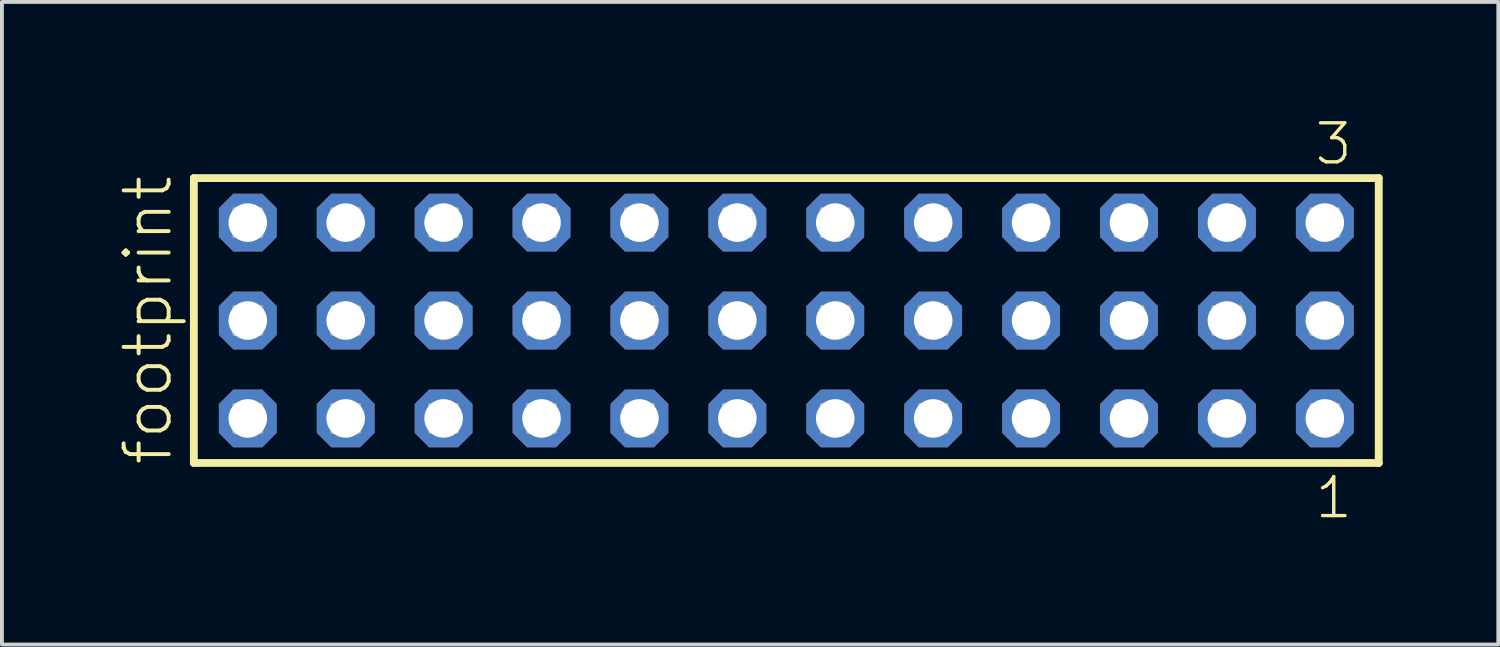
<source format=kicad_pcb>
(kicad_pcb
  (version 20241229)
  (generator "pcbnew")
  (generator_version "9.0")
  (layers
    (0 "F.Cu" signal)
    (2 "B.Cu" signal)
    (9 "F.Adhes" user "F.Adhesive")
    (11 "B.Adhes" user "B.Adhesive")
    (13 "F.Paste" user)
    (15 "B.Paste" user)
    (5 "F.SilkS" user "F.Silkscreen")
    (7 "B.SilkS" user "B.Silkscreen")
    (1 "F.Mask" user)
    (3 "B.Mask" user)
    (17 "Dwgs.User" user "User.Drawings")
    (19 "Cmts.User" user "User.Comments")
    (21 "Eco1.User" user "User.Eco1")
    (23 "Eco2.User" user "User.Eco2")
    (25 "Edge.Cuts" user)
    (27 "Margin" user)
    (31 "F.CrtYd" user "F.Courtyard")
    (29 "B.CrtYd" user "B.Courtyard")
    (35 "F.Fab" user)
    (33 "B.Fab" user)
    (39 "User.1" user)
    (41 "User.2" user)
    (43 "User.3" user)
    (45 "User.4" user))
  (footprint "footprint"
    (layer "F.Cu")
    (at 17.348 5.265)
    (property "Reference" "footprint" (at -15.875 3.81 90) (layer "F.SilkS") (effects (font (size 1.168 1.168) (thickness 0.102)) (justify left bottom)))
    (fp_line (start -15.369 -3.695) (end 15.369 -3.695) (stroke (width 0.203) (type solid)) (layer "F.SilkS"))
    (fp_line (start -15.369 3.695) (end -15.369 -3.695) (stroke (width 0.203) (type solid)) (layer "F.SilkS"))
    (fp_line (start 15.369 -3.695) (end 15.369 3.695) (stroke (width 0.203) (type solid)) (layer "F.SilkS"))
    (fp_line (start 15.369 3.695) (end -15.369 3.695) (stroke (width 0.203) (type solid)) (layer "F.SilkS"))
    (fp_poly (pts (xy -14.32 -2.19) (xy -13.62 -2.19) (xy -13.62 -2.89) (xy -14.32 -2.89)) (stroke (width 0.1) (type solid)) (fill no) (layer "F.Fab"))
    (fp_poly (pts (xy -14.32 0.35) (xy -13.62 0.35) (xy -13.62 -0.35) (xy -14.32 -0.35)) (stroke (width 0.1) (type solid)) (fill no) (layer "F.Fab"))
    (fp_poly (pts (xy -14.32 2.89) (xy -13.62 2.89) (xy -13.62 2.19) (xy -14.32 2.19)) (stroke (width 0.1) (type solid)) (fill no) (layer "F.Fab"))
    (fp_poly (pts (xy -11.78 -2.19) (xy -11.08 -2.19) (xy -11.08 -2.89) (xy -11.78 -2.89)) (stroke (width 0.1) (type solid)) (fill no) (layer "F.Fab"))
    (fp_poly (pts (xy -11.78 0.35) (xy -11.08 0.35) (xy -11.08 -0.35) (xy -11.78 -0.35)) (stroke (width 0.1) (type solid)) (fill no) (layer "F.Fab"))
    (fp_poly (pts (xy -11.78 2.89) (xy -11.08 2.89) (xy -11.08 2.19) (xy -11.78 2.19)) (stroke (width 0.1) (type solid)) (fill no) (layer "F.Fab"))
    (fp_poly (pts (xy -9.24 -2.19) (xy -8.54 -2.19) (xy -8.54 -2.89) (xy -9.24 -2.89)) (stroke (width 0.1) (type solid)) (fill no) (layer "F.Fab"))
    (fp_poly (pts (xy -9.24 0.35) (xy -8.54 0.35) (xy -8.54 -0.35) (xy -9.24 -0.35)) (stroke (width 0.1) (type solid)) (fill no) (layer "F.Fab"))
    (fp_poly (pts (xy -9.24 2.89) (xy -8.54 2.89) (xy -8.54 2.19) (xy -9.24 2.19)) (stroke (width 0.1) (type solid)) (fill no) (layer "F.Fab"))
    (fp_poly (pts (xy -6.7 -2.19) (xy -6 -2.19) (xy -6 -2.89) (xy -6.7 -2.89)) (stroke (width 0.1) (type solid)) (fill no) (layer "F.Fab"))
    (fp_poly (pts (xy -6.7 0.35) (xy -6 0.35) (xy -6 -0.35) (xy -6.7 -0.35)) (stroke (width 0.1) (type solid)) (fill no) (layer "F.Fab"))
    (fp_poly (pts (xy -6.7 2.89) (xy -6 2.89) (xy -6 2.19) (xy -6.7 2.19)) (stroke (width 0.1) (type solid)) (fill no) (layer "F.Fab"))
    (fp_poly (pts (xy -4.16 -2.19) (xy -3.46 -2.19) (xy -3.46 -2.89) (xy -4.16 -2.89)) (stroke (width 0.1) (type solid)) (fill no) (layer "F.Fab"))
    (fp_poly (pts (xy -4.16 0.35) (xy -3.46 0.35) (xy -3.46 -0.35) (xy -4.16 -0.35)) (stroke (width 0.1) (type solid)) (fill no) (layer "F.Fab"))
    (fp_poly (pts (xy -4.16 2.89) (xy -3.46 2.89) (xy -3.46 2.19) (xy -4.16 2.19)) (stroke (width 0.1) (type solid)) (fill no) (layer "F.Fab"))
    (fp_poly (pts (xy -1.62 -2.19) (xy -0.92 -2.19) (xy -0.92 -2.89) (xy -1.62 -2.89)) (stroke (width 0.1) (type solid)) (fill no) (layer "F.Fab"))
    (fp_poly (pts (xy -1.62 0.35) (xy -0.92 0.35) (xy -0.92 -0.35) (xy -1.62 -0.35)) (stroke (width 0.1) (type solid)) (fill no) (layer "F.Fab"))
    (fp_poly (pts (xy -1.62 2.89) (xy -0.92 2.89) (xy -0.92 2.19) (xy -1.62 2.19)) (stroke (width 0.1) (type solid)) (fill no) (layer "F.Fab"))
    (fp_poly (pts (xy 0.92 -2.19) (xy 1.62 -2.19) (xy 1.62 -2.89) (xy 0.92 -2.89)) (stroke (width 0.1) (type solid)) (fill no) (layer "F.Fab"))
    (fp_poly (pts (xy 0.92 0.35) (xy 1.62 0.35) (xy 1.62 -0.35) (xy 0.92 -0.35)) (stroke (width 0.1) (type solid)) (fill no) (layer "F.Fab"))
    (fp_poly (pts (xy 0.92 2.89) (xy 1.62 2.89) (xy 1.62 2.19) (xy 0.92 2.19)) (stroke (width 0.1) (type solid)) (fill no) (layer "F.Fab"))
    (fp_poly (pts (xy 3.46 -2.19) (xy 4.16 -2.19) (xy 4.16 -2.89) (xy 3.46 -2.89)) (stroke (width 0.1) (type solid)) (fill no) (layer "F.Fab"))
    (fp_poly (pts (xy 3.46 0.35) (xy 4.16 0.35) (xy 4.16 -0.35) (xy 3.46 -0.35)) (stroke (width 0.1) (type solid)) (fill no) (layer "F.Fab"))
    (fp_poly (pts (xy 3.46 2.89) (xy 4.16 2.89) (xy 4.16 2.19) (xy 3.46 2.19)) (stroke (width 0.1) (type solid)) (fill no) (layer "F.Fab"))
    (fp_poly (pts (xy 6 -2.19) (xy 6.7 -2.19) (xy 6.7 -2.89) (xy 6 -2.89)) (stroke (width 0.1) (type solid)) (fill no) (layer "F.Fab"))
    (fp_poly (pts (xy 6 0.35) (xy 6.7 0.35) (xy 6.7 -0.35) (xy 6 -0.35)) (stroke (width 0.1) (type solid)) (fill no) (layer "F.Fab"))
    (fp_poly (pts (xy 6 2.89) (xy 6.7 2.89) (xy 6.7 2.19) (xy 6 2.19)) (stroke (width 0.1) (type solid)) (fill no) (layer "F.Fab"))
    (fp_poly (pts (xy 8.54 -2.19) (xy 9.24 -2.19) (xy 9.24 -2.89) (xy 8.54 -2.89)) (stroke (width 0.1) (type solid)) (fill no) (layer "F.Fab"))
    (fp_poly (pts (xy 8.54 0.35) (xy 9.24 0.35) (xy 9.24 -0.35) (xy 8.54 -0.35)) (stroke (width 0.1) (type solid)) (fill no) (layer "F.Fab"))
    (fp_poly (pts (xy 8.54 2.89) (xy 9.24 2.89) (xy 9.24 2.19) (xy 8.54 2.19)) (stroke (width 0.1) (type solid)) (fill no) (layer "F.Fab"))
    (fp_poly (pts (xy 11.08 -2.19) (xy 11.78 -2.19) (xy 11.78 -2.89) (xy 11.08 -2.89)) (stroke (width 0.1) (type solid)) (fill no) (layer "F.Fab"))
    (fp_poly (pts (xy 11.08 0.35) (xy 11.78 0.35) (xy 11.78 -0.35) (xy 11.08 -0.35)) (stroke (width 0.1) (type solid)) (fill no) (layer "F.Fab"))
    (fp_poly (pts (xy 11.08 2.89) (xy 11.78 2.89) (xy 11.78 2.19) (xy 11.08 2.19)) (stroke (width 0.1) (type solid)) (fill no) (layer "F.Fab"))
    (fp_poly (pts (xy 13.62 -2.19) (xy 14.32 -2.19) (xy 14.32 -2.89) (xy 13.62 -2.89)) (stroke (width 0.1) (type solid)) (fill no) (layer "F.Fab"))
    (fp_poly (pts (xy 13.62 0.35) (xy 14.32 0.35) (xy 14.32 -0.35) (xy 13.62 -0.35)) (stroke (width 0.1) (type solid)) (fill no) (layer "F.Fab"))
    (fp_poly (pts (xy 13.62 2.89) (xy 14.32 2.89) (xy 14.32 2.19) (xy 13.62 2.19)) (stroke (width 0.1) (type solid)) (fill no) (layer "F.Fab"))
    (fp_text user "1" (at 13.662 5.188 0) (layer "F.SilkS") (effects (font (size 1.012 1.012) (thickness 0.088)) (justify left bottom)))
    (fp_text user "3" (at 13.658 -3.989 0) (layer "F.SilkS") (effects (font (size 1.012 1.012) (thickness 0.088)) (justify left bottom)))
    (pad "1" thru_hole roundrect (at 13.97 2.54 180) (size 1.5 1.5) (drill 1) (layers "*.Cu" "*.Mask") (roundrect_rratio 0.25) (chamfer_ratio 0.25) (chamfer top_left top_right bottom_left bottom_right))
    (pad "2" thru_hole roundrect (at 13.97 0 180) (size 1.5 1.5) (drill 1) (layers "*.Cu" "*.Mask") (roundrect_rratio 0.25) (chamfer_ratio 0.25) (chamfer top_left top_right bottom_left bottom_right))
    (pad "3" thru_hole roundrect (at 13.97 -2.54 180) (size 1.5 1.5) (drill 1) (layers "*.Cu" "*.Mask") (roundrect_rratio 0.25) (chamfer_ratio 0.25) (chamfer top_left top_right bottom_left bottom_right))
    (pad "4" thru_hole roundrect (at 11.43 2.54 180) (size 1.5 1.5) (drill 1) (layers "*.Cu" "*.Mask") (roundrect_rratio 0.25) (chamfer_ratio 0.25) (chamfer top_left top_right bottom_left bottom_right))
    (pad "5" thru_hole roundrect (at 11.43 0 180) (size 1.5 1.5) (drill 1) (layers "*.Cu" "*.Mask") (roundrect_rratio 0.25) (chamfer_ratio 0.25) (chamfer top_left top_right bottom_left bottom_right))
    (pad "6" thru_hole roundrect (at 11.43 -2.54 180) (size 1.5 1.5) (drill 1) (layers "*.Cu" "*.Mask") (roundrect_rratio 0.25) (chamfer_ratio 0.25) (chamfer top_left top_right bottom_left bottom_right))
    (pad "7" thru_hole roundrect (at 8.89 2.54 180) (size 1.5 1.5) (drill 1) (layers "*.Cu" "*.Mask") (roundrect_rratio 0.25) (chamfer_ratio 0.25) (chamfer top_left top_right bottom_left bottom_right))
    (pad "8" thru_hole roundrect (at 8.89 0 180) (size 1.5 1.5) (drill 1) (layers "*.Cu" "*.Mask") (roundrect_rratio 0.25) (chamfer_ratio 0.25) (chamfer top_left top_right bottom_left bottom_right))
    (pad "9" thru_hole roundrect (at 8.89 -2.54 180) (size 1.5 1.5) (drill 1) (layers "*.Cu" "*.Mask") (roundrect_rratio 0.25) (chamfer_ratio 0.25) (chamfer top_left top_right bottom_left bottom_right))
    (pad "10" thru_hole roundrect (at 6.35 2.54 180) (size 1.5 1.5) (drill 1) (layers "*.Cu" "*.Mask") (roundrect_rratio 0.25) (chamfer_ratio 0.25) (chamfer top_left top_right bottom_left bottom_right))
    (pad "11" thru_hole roundrect (at 6.35 0 180) (size 1.5 1.5) (drill 1) (layers "*.Cu" "*.Mask") (roundrect_rratio 0.25) (chamfer_ratio 0.25) (chamfer top_left top_right bottom_left bottom_right))
    (pad "12" thru_hole roundrect (at 6.35 -2.54 180) (size 1.5 1.5) (drill 1) (layers "*.Cu" "*.Mask") (roundrect_rratio 0.25) (chamfer_ratio 0.25) (chamfer top_left top_right bottom_left bottom_right))
    (pad "13" thru_hole roundrect (at 3.81 2.54 180) (size 1.5 1.5) (drill 1) (layers "*.Cu" "*.Mask") (roundrect_rratio 0.25) (chamfer_ratio 0.25) (chamfer top_left top_right bottom_left bottom_right))
    (pad "14" thru_hole roundrect (at 3.81 0 180) (size 1.5 1.5) (drill 1) (layers "*.Cu" "*.Mask") (roundrect_rratio 0.25) (chamfer_ratio 0.25) (chamfer top_left top_right bottom_left bottom_right))
    (pad "15" thru_hole roundrect (at 3.81 -2.54 180) (size 1.5 1.5) (drill 1) (layers "*.Cu" "*.Mask") (roundrect_rratio 0.25) (chamfer_ratio 0.25) (chamfer top_left top_right bottom_left bottom_right))
    (pad "16" thru_hole roundrect (at 1.27 2.54 180) (size 1.5 1.5) (drill 1) (layers "*.Cu" "*.Mask") (roundrect_rratio 0.25) (chamfer_ratio 0.25) (chamfer top_left top_right bottom_left bottom_right))
    (pad "17" thru_hole roundrect (at 1.27 0 180) (size 1.5 1.5) (drill 1) (layers "*.Cu" "*.Mask") (roundrect_rratio 0.25) (chamfer_ratio 0.25) (chamfer top_left top_right bottom_left bottom_right))
    (pad "18" thru_hole roundrect (at 1.27 -2.54 180) (size 1.5 1.5) (drill 1) (layers "*.Cu" "*.Mask") (roundrect_rratio 0.25) (chamfer_ratio 0.25) (chamfer top_left top_right bottom_left bottom_right))
    (pad "19" thru_hole roundrect (at -1.27 2.54 180) (size 1.5 1.5) (drill 1) (layers "*.Cu" "*.Mask") (roundrect_rratio 0.25) (chamfer_ratio 0.25) (chamfer top_left top_right bottom_left bottom_right))
    (pad "20" thru_hole roundrect (at -1.27 0 180) (size 1.5 1.5) (drill 1) (layers "*.Cu" "*.Mask") (roundrect_rratio 0.25) (chamfer_ratio 0.25) (chamfer top_left top_right bottom_left bottom_right))
    (pad "21" thru_hole roundrect (at -1.27 -2.54 180) (size 1.5 1.5) (drill 1) (layers "*.Cu" "*.Mask") (roundrect_rratio 0.25) (chamfer_ratio 0.25) (chamfer top_left top_right bottom_left bottom_right))
    (pad "22" thru_hole roundrect (at -3.81 2.54 180) (size 1.5 1.5) (drill 1) (layers "*.Cu" "*.Mask") (roundrect_rratio 0.25) (chamfer_ratio 0.25) (chamfer top_left top_right bottom_left bottom_right))
    (pad "23" thru_hole roundrect (at -3.81 0 180) (size 1.5 1.5) (drill 1) (layers "*.Cu" "*.Mask") (roundrect_rratio 0.25) (chamfer_ratio 0.25) (chamfer top_left top_right bottom_left bottom_right))
    (pad "24" thru_hole roundrect (at -3.81 -2.54 180) (size 1.5 1.5) (drill 1) (layers "*.Cu" "*.Mask") (roundrect_rratio 0.25) (chamfer_ratio 0.25) (chamfer top_left top_right bottom_left bottom_right))
    (pad "25" thru_hole roundrect (at -6.35 2.54 180) (size 1.5 1.5) (drill 1) (layers "*.Cu" "*.Mask") (roundrect_rratio 0.25) (chamfer_ratio 0.25) (chamfer top_left top_right bottom_left bottom_right))
    (pad "26" thru_hole roundrect (at -6.35 0 180) (size 1.5 1.5) (drill 1) (layers "*.Cu" "*.Mask") (roundrect_rratio 0.25) (chamfer_ratio 0.25) (chamfer top_left top_right bottom_left bottom_right))
    (pad "27" thru_hole roundrect (at -6.35 -2.54 180) (size 1.5 1.5) (drill 1) (layers "*.Cu" "*.Mask") (roundrect_rratio 0.25) (chamfer_ratio 0.25) (chamfer top_left top_right bottom_left bottom_right))
    (pad "28" thru_hole roundrect (at -8.89 2.54 180) (size 1.5 1.5) (drill 1) (layers "*.Cu" "*.Mask") (roundrect_rratio 0.25) (chamfer_ratio 0.25) (chamfer top_left top_right bottom_left bottom_right))
    (pad "29" thru_hole roundrect (at -8.89 0 180) (size 1.5 1.5) (drill 1) (layers "*.Cu" "*.Mask") (roundrect_rratio 0.25) (chamfer_ratio 0.25) (chamfer top_left top_right bottom_left bottom_right))
    (pad "30" thru_hole roundrect (at -8.89 -2.54 180) (size 1.5 1.5) (drill 1) (layers "*.Cu" "*.Mask") (roundrect_rratio 0.25) (chamfer_ratio 0.25) (chamfer top_left top_right bottom_left bottom_right))
    (pad "31" thru_hole roundrect (at -11.43 2.54 180) (size 1.5 1.5) (drill 1) (layers "*.Cu" "*.Mask") (roundrect_rratio 0.25) (chamfer_ratio 0.25) (chamfer top_left top_right bottom_left bottom_right))
    (pad "32" thru_hole roundrect (at -11.43 0 180) (size 1.5 1.5) (drill 1) (layers "*.Cu" "*.Mask") (roundrect_rratio 0.25) (chamfer_ratio 0.25) (chamfer top_left top_right bottom_left bottom_right))
    (pad "33" thru_hole roundrect (at -11.43 -2.54 180) (size 1.5 1.5) (drill 1) (layers "*.Cu" "*.Mask") (roundrect_rratio 0.25) (chamfer_ratio 0.25) (chamfer top_left top_right bottom_left bottom_right))
    (pad "34" thru_hole roundrect (at -13.97 2.54 180) (size 1.5 1.5) (drill 1) (layers "*.Cu" "*.Mask") (roundrect_rratio 0.25) (chamfer_ratio 0.25) (chamfer top_left top_right bottom_left bottom_right))
    (pad "35" thru_hole roundrect (at -13.97 0 180) (size 1.5 1.5) (drill 1) (layers "*.Cu" "*.Mask") (roundrect_rratio 0.25) (chamfer_ratio 0.25) (chamfer top_left top_right bottom_left bottom_right))
    (pad "36" thru_hole roundrect (at -13.97 -2.54 180) (size 1.5 1.5) (drill 1) (layers "*.Cu" "*.Mask") (roundrect_rratio 0.25) (chamfer_ratio 0.25) (chamfer top_left top_right bottom_left bottom_right)))
  (gr_rect
    (start -3 -3)
    (end 35.819 13.67)
    (stroke (width 0.1) (type default))
    (fill no)
    (layer "Edge.Cuts")))
</source>
